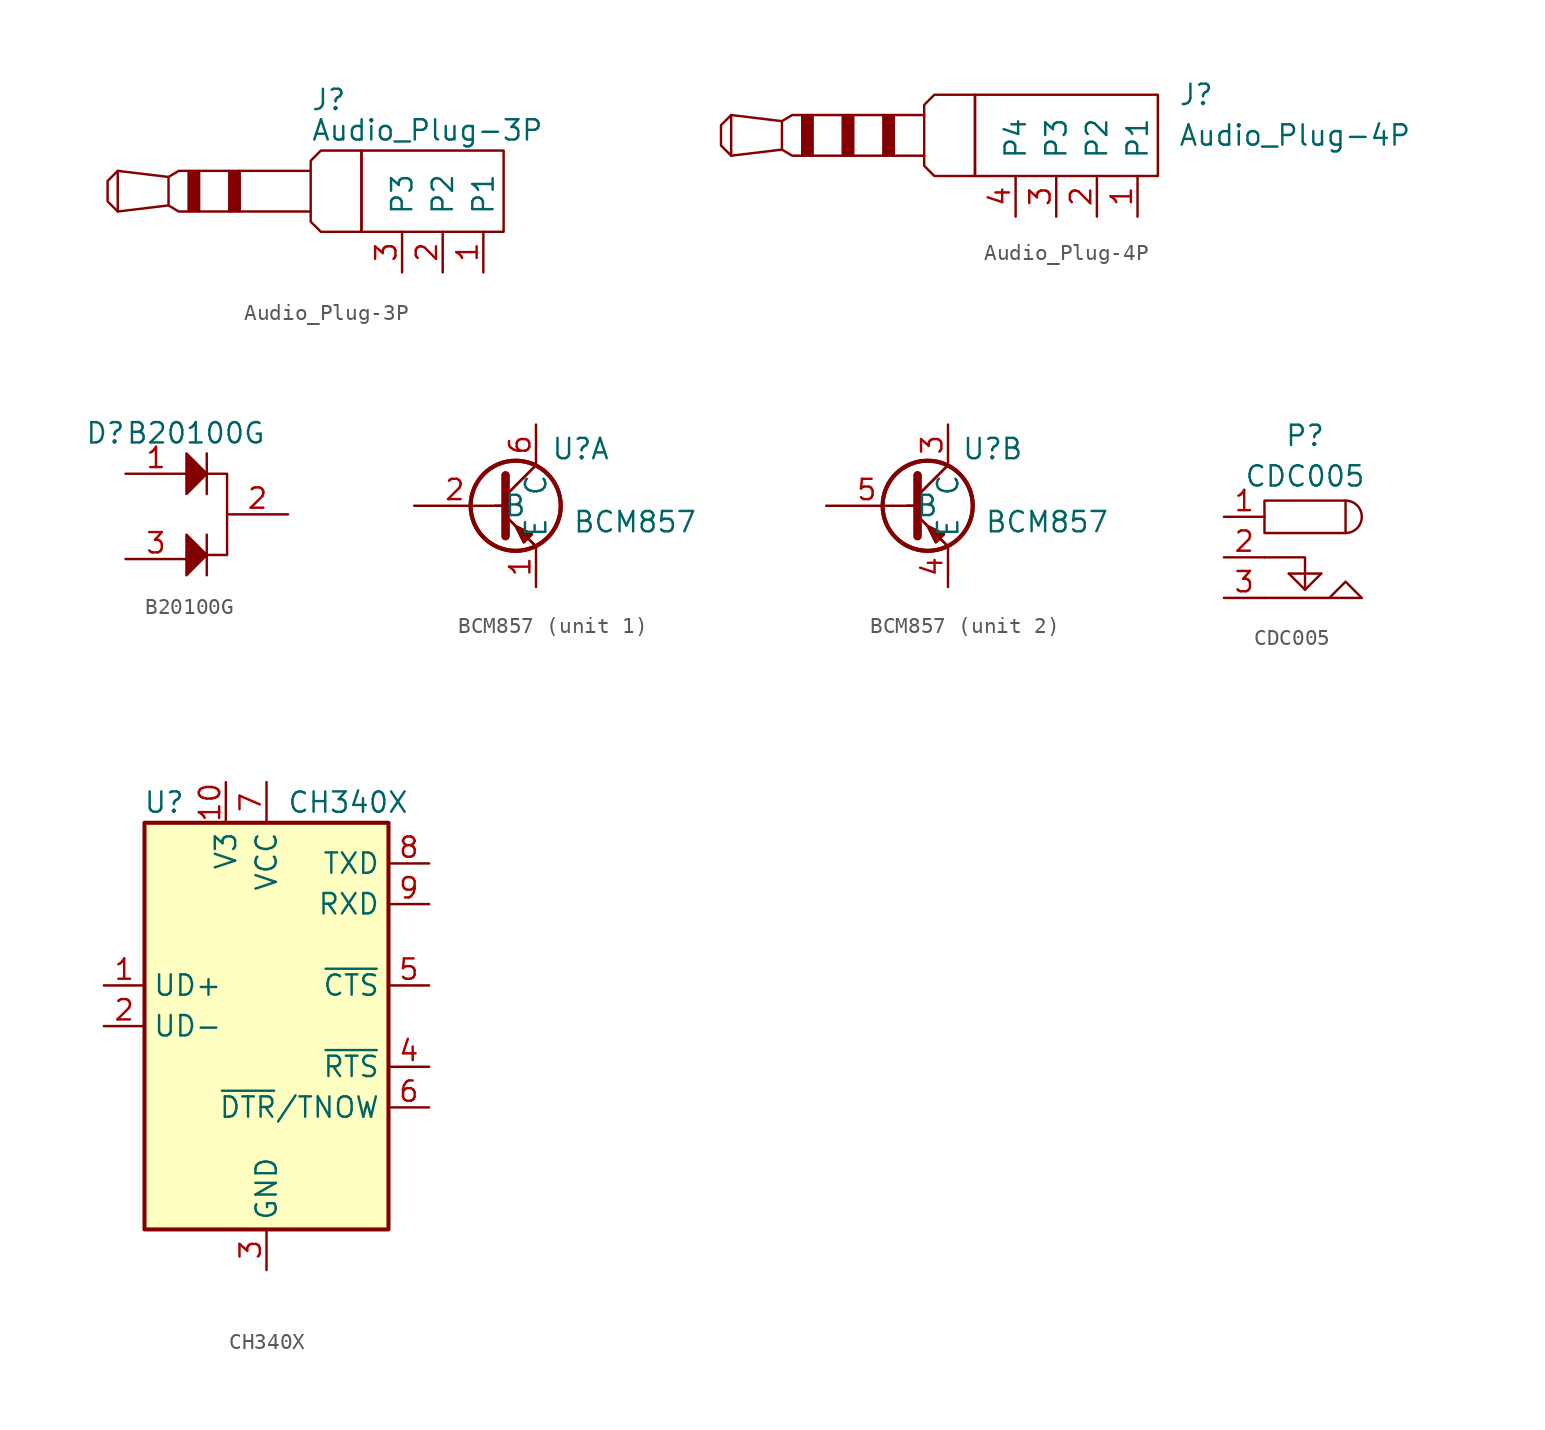
<source format=kicad_sym>
(kicad_symbol_lib
  (version 20220914)
  (generator kicad_symbol_editor)
  (symbol "Audio_Plug-3P"
    (pin_names
      (offset 1.016))
    (property "Reference" "J"
      (at 6.985 5.715 0)
      (effects (font (size 1.27 1.27)) (justify left)))
    (property "Value" "Audio_Plug-3P"
      (at 6.985 3.81 0)
      (effects (font (size 1.27 1.27)) (justify left)))
    (symbol "Audio_Plug-3P_0_1"
      (rectangle (start -0.635 1.27) (end 0 -1.27) (stroke (width 0) (type default)) (fill (type outline)))
      (polyline (pts (xy -5.08 1.27) (xy -5.08 -1.27)) (stroke (width 0) (type default)) (fill (type none)))
      (polyline (pts (xy -1.905 0.889) (xy -5.08 1.27) (xy -5.715 0.635) (xy -5.715 -0.635) (xy -5.08 -1.27) (xy -1.905 -0.889)) (stroke (width 0) (type default)) (fill (type none)))
      (polyline (pts (xy -0.635 1.27) (xy -1.27 1.27) (xy -1.905 0.889) (xy -1.905 -0.889) (xy -1.27 -1.27) (xy -0.635 -1.27) (xy -0.635 1.27)) (stroke (width 0) (type default)) (fill (type none)))
      (polyline (pts (xy 6.985 1.27) (xy 6.985 1.905) (xy 7.62 2.54) (xy 10.16 2.54) (xy 10.16 -2.54) (xy 7.62 -2.54) (xy 6.985 -1.905) (xy 6.985 -1.27)) (stroke (width 0) (type default)) (fill (type none)))
      (rectangle (start 0 1.27) (end 1.905 -1.27) (stroke (width 0) (type default)) (fill (type none)))
      (rectangle (start 1.905 1.27) (end 2.54 -1.27) (stroke (width 0) (type default)) (fill (type outline)))
      (rectangle (start 2.54 1.27) (end 6.985 -1.27) (stroke (width 0) (type default)) (fill (type none)))
      (rectangle (start 10.16 2.54) (end 19.05 -2.54) (stroke (width 0) (type default)) (fill (type none))))
    (symbol "Audio_Plug-3P_1_1"
      (pin output line (at 17.78 -5.08 90) (length 2.54) (name "P1" (effects (font (size 1.27 1.27)))) (number "1" (effects (font (size 1.27 1.27)))))
      (pin output line (at 15.24 -5.08 90) (length 2.54) (name "P2" (effects (font (size 1.27 1.27)))) (number "2" (effects (font (size 1.27 1.27)))))
      (pin output line (at 12.7 -5.08 90) (length 2.54) (name "P3" (effects (font (size 1.27 1.27)))) (number "3" (effects (font (size 1.27 1.27)))))))
  (symbol "Audio_Plug-4P"
    (pin_names
      (offset 1.016))
    (property "Reference" "J"
      (at 22.86 2.54 0)
      (effects (font (size 1.27 1.27)) (justify left)))
    (property "Value" "Audio_Plug-4P"
      (at 22.86 0 0)
      (effects (font (size 1.27 1.27)) (justify left)))
    (symbol "Audio_Plug-4P_0_1"
      (rectangle (start -0.635 1.27) (end 0 -1.27) (stroke (width 0) (type default)) (fill (type outline)))
      (polyline (pts (xy -5.08 1.27) (xy -5.08 -1.27)) (stroke (width 0) (type default)) (fill (type none)))
      (polyline (pts (xy -1.905 0.889) (xy -5.08 1.27) (xy -5.715 0.635) (xy -5.715 -0.635) (xy -5.08 -1.27) (xy -1.905 -0.889)) (stroke (width 0) (type default)) (fill (type none)))
      (polyline (pts (xy -0.635 1.27) (xy -1.27 1.27) (xy -1.905 0.889) (xy -1.905 -0.889) (xy -1.27 -1.27) (xy -0.635 -1.27) (xy -0.635 1.27)) (stroke (width 0) (type default)) (fill (type none)))
      (polyline (pts (xy 6.985 1.27) (xy 6.985 1.905) (xy 7.62 2.54) (xy 10.16 2.54) (xy 10.16 -2.54) (xy 7.62 -2.54) (xy 6.985 -1.905) (xy 6.985 -1.27)) (stroke (width 0) (type default)) (fill (type none)))
      (rectangle (start 0 1.27) (end 1.905 -1.27) (stroke (width 0) (type default)) (fill (type none)))
      (rectangle (start 1.905 1.27) (end 2.54 -1.27) (stroke (width 0) (type default)) (fill (type outline)))
      (rectangle (start 2.54 1.27) (end 4.445 -1.27) (stroke (width 0) (type default)) (fill (type none)))
      (rectangle (start 4.445 1.27) (end 5.08 -1.27) (stroke (width 0) (type default)) (fill (type outline)))
      (rectangle (start 5.08 1.27) (end 6.985 -1.27) (stroke (width 0) (type default)) (fill (type none)))
      (rectangle (start 10.16 2.54) (end 21.59 -2.54) (stroke (width 0) (type default)) (fill (type none))))
    (symbol "Audio_Plug-4P_1_1"
      (pin output line (at 20.32 -5.08 90) (length 2.54) (name "P1" (effects (font (size 1.27 1.27)))) (number "1" (effects (font (size 1.27 1.27)))))
      (pin output line (at 17.78 -5.08 90) (length 2.54) (name "P2" (effects (font (size 1.27 1.27)))) (number "2" (effects (font (size 1.27 1.27)))))
      (pin output line (at 15.24 -5.08 90) (length 2.54) (name "P3" (effects (font (size 1.27 1.27)))) (number "3" (effects (font (size 1.27 1.27)))))
      (pin output line (at 12.7 -5.08 90) (length 2.54) (name "P4" (effects (font (size 1.27 1.27)))) (number "4" (effects (font (size 1.27 1.27)))))))
  (symbol "B20100G"
    (pin_names
      (offset 1.016) hide)
    (property "Reference" "D"
      (at -7.62 5.08 0)
      (effects (font (size 1.27 1.27)) (justify left)))
    (property "Value" "B20100G"
      (at -5.08 5.08 0)
      (effects (font (size 1.27 1.27)) (justify left)))
    (symbol "B20100G_0_1"
      (polyline (pts (xy 0 -1.27) (xy 0 -3.81)) (stroke (width 0) (type default)) (fill (type none)))
      (polyline (pts (xy 0 3.81) (xy 0 1.27)) (stroke (width 0) (type default)) (fill (type none)))
      (polyline (pts (xy -1.27 -1.27) (xy -1.27 -3.81) (xy 0 -2.54) (xy -1.27 -1.27)) (stroke (width 0) (type default)) (fill (type outline)))
      (polyline (pts (xy -1.27 3.81) (xy -1.27 1.27) (xy 0 2.54) (xy -1.27 3.81)) (stroke (width 0) (type default)) (fill (type outline)))
      (polyline (pts (xy 0 2.54) (xy 1.27 2.54) (xy 1.27 -2.54) (xy 0 -2.54)) (stroke (width 0) (type default)) (fill (type none))))
    (symbol "B20100G_1_1"
      (pin input line (at -5.08 2.54 0) (length 3.81) (name "K" (effects (font (size 1.27 1.27)))) (number "1" (effects (font (size 1.27 1.27)))))
      (pin input line (at 5.08 0 180) (length 3.81) (name "A" (effects (font (size 1.27 1.27)))) (number "2" (effects (font (size 1.27 1.27)))))
      (pin input line (at -5.08 -2.794 0) (length 3.81) (name "k" (effects (font (size 1.27 1.27)))) (number "3" (effects (font (size 1.27 1.27)))))))
  (symbol "BCM857"
    (property "Reference" "U"
      (at 5.334 3.556 0)
      (effects (font (size 1.27 1.27))))
    (property "Value" "BCM857"
      (at 4.826 -1.016 0)
      (effects (font (size 1.27 1.27)) (justify left)))
    (symbol "BCM857_0_1"
      (polyline (pts (xy 0 0) (xy 0.635 0)) (stroke (width 0) (type default)) (fill (type none)))
      (polyline (pts (xy 0 0) (xy 0.635 0)) (stroke (width 0) (type default)) (fill (type none)))
      (polyline (pts (xy 2.54 -2.54) (xy 0.635 -0.635)) (stroke (width 0) (type default)) (fill (type none)))
      (polyline (pts (xy 2.54 -2.54) (xy 0.635 -0.635)) (stroke (width 0) (type default)) (fill (type none)))
      (polyline (pts (xy 2.54 2.54) (xy 0.635 0.635)) (stroke (width 0) (type default)) (fill (type none)))
      (polyline (pts (xy 2.54 2.54) (xy 0.635 0.635)) (stroke (width 0) (type default)) (fill (type none)))
      (polyline (pts (xy 0.635 1.905) (xy 0.635 -1.905) (xy 0.635 -1.905)) (stroke (width 0.508) (type default)) (fill (type outline)))
      (polyline (pts (xy 0.635 1.905) (xy 0.635 -1.905) (xy 0.635 -1.905)) (stroke (width 0.508) (type default)) (fill (type outline)))
      (polyline (pts (xy 1.778 -2.286) (xy 2.286 -1.778) (xy 1.27 -1.27) (xy 1.778 -2.286) (xy 1.778 -2.286)) (stroke (width 0) (type default)) (fill (type outline)))
      (polyline (pts (xy 1.778 -2.286) (xy 2.286 -1.778) (xy 1.27 -1.27) (xy 1.778 -2.286) (xy 1.778 -2.286)) (stroke (width 0) (type default)) (fill (type outline)))
      (circle (center 1.27 0) (radius 2.819) (stroke (width 0.254) (type default)) (fill (type none)))
      (circle (center 1.27 0) (radius 2.819) (stroke (width 0.254) (type default)) (fill (type none))))
    (symbol "BCM857_1_1"
      (pin passive line (at 2.54 -5.08 90) (length 2.54) (name "E" (effects (font (size 1.27 1.27)))) (number "1" (effects (font (size 1.27 1.27)))))
      (pin input line (at -5.08 0 0) (length 5.08) (name "B" (effects (font (size 1.27 1.27)))) (number "2" (effects (font (size 1.27 1.27)))))
      (pin passive line (at 2.54 5.08 270) (length 2.54) (name "C" (effects (font (size 1.27 1.27)))) (number "6" (effects (font (size 1.27 1.27))))))
    (symbol "BCM857_2_1"
      (pin passive line (at 2.54 5.08 270) (length 2.54) (name "C" (effects (font (size 1.27 1.27)))) (number "3" (effects (font (size 1.27 1.27)))))
      (pin passive line (at 2.54 -5.08 90) (length 2.54) (name "E" (effects (font (size 1.27 1.27)))) (number "4" (effects (font (size 1.27 1.27)))))
      (pin input line (at -5.08 0 0) (length 5.08) (name "B" (effects (font (size 1.27 1.27)))) (number "5" (effects (font (size 1.27 1.27)))))))
  (symbol "CDC005"
    (pin_names
      (offset 1.016) hide)
    (property "Reference" "P"
      (at 0 7.62 0)
      (effects (font (size 1.27 1.27))))
    (property "Value" "CDC005"
      (at 0 5.08 0)
      (effects (font (size 1.27 1.27))))
    (symbol "CDC005_0_1"
      (rectangle (start -2.54 3.556) (end 2.54 1.524) (stroke (width 0) (type default)) (fill (type none)))
      (polyline (pts (xy -1.016 -1.016) (xy 1.016 -1.016)) (stroke (width 0) (type default)) (fill (type none)))
      (polyline (pts (xy 1.524 -2.54) (xy 3.556 -2.54)) (stroke (width 0) (type default)) (fill (type none)))
      (polyline (pts (xy -2.54 0) (xy 0 0) (xy 0 -2.032)) (stroke (width 0) (type default)) (fill (type none)))
      (polyline (pts (xy -1.016 -1.016) (xy 0 -2.032) (xy 1.016 -1.016)) (stroke (width 0) (type default)) (fill (type none)))
      (polyline (pts (xy -2.54 -2.54) (xy 1.524 -2.54) (xy 2.54 -1.524) (xy 3.556 -2.54)) (stroke (width 0) (type default)) (fill (type none)))
      (arc (start 2.54 1.524) (mid 3.5516 2.54) (end 2.54 3.556) (stroke (width 0) (type default)) (fill (type none))))
    (symbol "CDC005_1_1"
      (pin power_out line (at -5.08 2.54 0) (length 2.54) (name "1" (effects (font (size 1.27 1.27)))) (number "1" (effects (font (size 1.27 1.27)))))
      (pin power_out line (at -5.08 0 0) (length 2.54) (name "2" (effects (font (size 1.27 1.27)))) (number "2" (effects (font (size 1.27 1.27)))))
      (pin output line (at -5.08 -2.54 0) (length 2.54) (name "3" (effects (font (size 1.27 1.27)))) (number "3" (effects (font (size 1.27 1.27)))))))
  (symbol "CH340X"
    (property "Reference" "U"
      (at -5.08 13.97 0)
      (effects (font (size 1.27 1.27)) (justify right)))
    (property "Value" "CH340X"
      (at 1.27 13.97 0)
      (effects (font (size 1.27 1.27)) (justify left)))
    (symbol "CH340X_0_1"
      (rectangle (start -7.62 12.7) (end 7.62 -12.7) (stroke (width 0.254) (type default)) (fill (type background))))
    (symbol "CH340X_1_1"
      (pin bidirectional line (at -10.16 2.54 0) (length 2.54) (name "UD+" (effects (font (size 1.27 1.27)))) (number "1" (effects (font (size 1.27 1.27)))))
      (pin passive line (at -2.54 15.24 270) (length 2.54) (name "V3" (effects (font (size 1.27 1.27)))) (number "10" (effects (font (size 1.27 1.27)))))
      (pin bidirectional line (at -10.16 0 0) (length 2.54) (name "UD-" (effects (font (size 1.27 1.27)))) (number "2" (effects (font (size 1.27 1.27)))))
      (pin power_in line (at 0 -15.24 90) (length 2.54) (name "GND" (effects (font (size 1.27 1.27)))) (number "3" (effects (font (size 1.27 1.27)))))
      (pin output line (at 10.16 -2.54 180) (length 2.54) (name "~{RTS}" (effects (font (size 1.27 1.27)))) (number "4" (effects (font (size 1.27 1.27)))))
      (pin input line (at 10.16 2.54 180) (length 2.54) (name "~{CTS}" (effects (font (size 1.27 1.27)))) (number "5" (effects (font (size 1.27 1.27)))))
      (pin output line (at 10.16 -5.08 180) (length 2.54) (name "~{DTR}/TNOW" (effects (font (size 1.27 1.27)))) (number "6" (effects (font (size 1.27 1.27)))))
      (pin power_in line (at 0 15.24 270) (length 2.54) (name "VCC" (effects (font (size 1.27 1.27)))) (number "7" (effects (font (size 1.27 1.27)))))
      (pin output line (at 10.16 10.16 180) (length 2.54) (name "TXD" (effects (font (size 1.27 1.27)))) (number "8" (effects (font (size 1.27 1.27)))))
      (pin input line (at 10.16 7.62 180) (length 2.54) (name "RXD" (effects (font (size 1.27 1.27)))) (number "9" (effects (font (size 1.27 1.27))))))))
</source>
